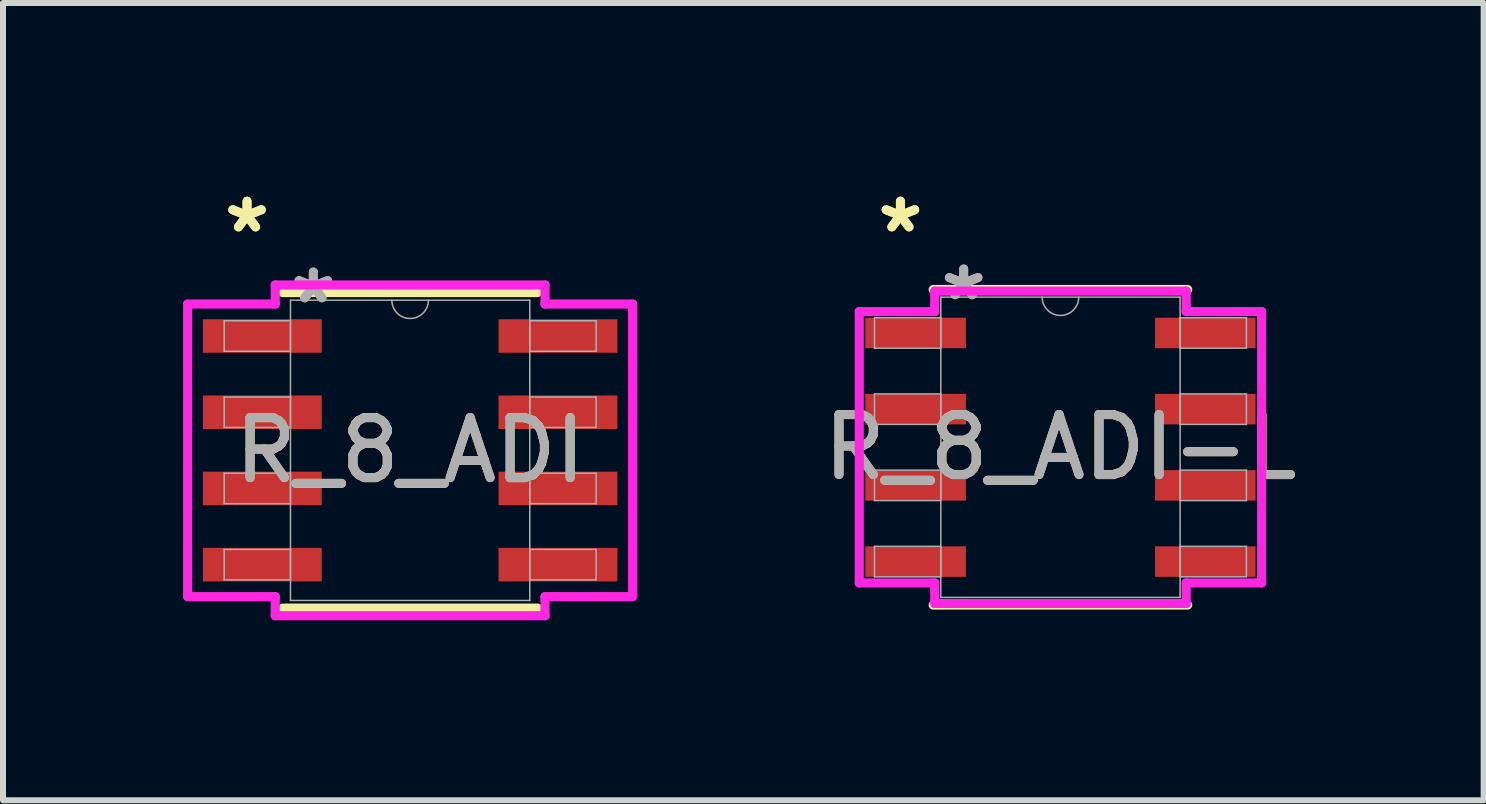
<source format=kicad_pcb>
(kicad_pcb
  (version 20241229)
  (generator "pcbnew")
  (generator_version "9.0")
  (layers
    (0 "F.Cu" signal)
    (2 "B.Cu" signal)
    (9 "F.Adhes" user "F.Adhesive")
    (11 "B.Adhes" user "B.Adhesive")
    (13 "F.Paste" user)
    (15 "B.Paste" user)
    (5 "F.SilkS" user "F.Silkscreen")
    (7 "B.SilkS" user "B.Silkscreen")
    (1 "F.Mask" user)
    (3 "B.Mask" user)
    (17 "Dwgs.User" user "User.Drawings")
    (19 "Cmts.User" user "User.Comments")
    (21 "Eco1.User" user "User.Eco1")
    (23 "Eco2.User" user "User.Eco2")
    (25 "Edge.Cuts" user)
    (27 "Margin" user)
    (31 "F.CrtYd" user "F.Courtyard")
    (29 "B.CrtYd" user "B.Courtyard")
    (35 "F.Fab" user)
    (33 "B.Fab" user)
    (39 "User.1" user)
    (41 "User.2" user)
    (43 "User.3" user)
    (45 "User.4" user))
  (footprint "R_8_ADI"
    (layer "F.Cu")
    (at 3.785 4.455)
    (property "Reference" "R_8_ADI" (at 0 0 0) (unlocked yes) (layer "F.SilkS") (effects (font (size 1 1) (thickness 0.15))))
    (attr smd)
    (fp_line (start -2.121 2.629) (end 2.121 2.629) (stroke (width 0.152) (type solid)) (layer "F.SilkS"))
    (fp_line (start 2.121 -2.629) (end -2.121 -2.629) (stroke (width 0.152) (type solid)) (layer "F.SilkS"))
    (fp_line (start -3.708 -2.438) (end -2.248 -2.438) (stroke (width 0.152) (type solid)) (layer "F.CrtYd"))
    (fp_line (start -3.708 2.438) (end -3.708 -2.438) (stroke (width 0.152) (type solid)) (layer "F.CrtYd"))
    (fp_line (start -3.708 2.438) (end -2.248 2.438) (stroke (width 0.152) (type solid)) (layer "F.CrtYd"))
    (fp_line (start -2.248 -2.756) (end 2.248 -2.756) (stroke (width 0.152) (type solid)) (layer "F.CrtYd"))
    (fp_line (start -2.248 -2.438) (end -2.248 -2.756) (stroke (width 0.152) (type solid)) (layer "F.CrtYd"))
    (fp_line (start -2.248 2.756) (end -2.248 2.438) (stroke (width 0.152) (type solid)) (layer "F.CrtYd"))
    (fp_line (start 2.248 -2.756) (end 2.248 -2.438) (stroke (width 0.152) (type solid)) (layer "F.CrtYd"))
    (fp_line (start 2.248 2.438) (end 2.248 2.756) (stroke (width 0.152) (type solid)) (layer "F.CrtYd"))
    (fp_line (start 2.248 2.756) (end -2.248 2.756) (stroke (width 0.152) (type solid)) (layer "F.CrtYd"))
    (fp_line (start 3.708 -2.438) (end 2.248 -2.438) (stroke (width 0.152) (type solid)) (layer "F.CrtYd"))
    (fp_line (start 3.708 -2.438) (end 3.708 2.438) (stroke (width 0.152) (type solid)) (layer "F.CrtYd"))
    (fp_line (start 3.708 2.438) (end 2.248 2.438) (stroke (width 0.152) (type solid)) (layer "F.CrtYd"))
    (fp_line (start -3.099 -2.159) (end -3.099 -1.651) (stroke (width 0.025) (type solid)) (layer "F.Fab"))
    (fp_line (start -3.099 -1.651) (end -1.994 -1.651) (stroke (width 0.025) (type solid)) (layer "F.Fab"))
    (fp_line (start -3.099 -0.889) (end -3.099 -0.381) (stroke (width 0.025) (type solid)) (layer "F.Fab"))
    (fp_line (start -3.099 -0.381) (end -1.994 -0.381) (stroke (width 0.025) (type solid)) (layer "F.Fab"))
    (fp_line (start -3.099 0.381) (end -3.099 0.889) (stroke (width 0.025) (type solid)) (layer "F.Fab"))
    (fp_line (start -3.099 0.889) (end -1.994 0.889) (stroke (width 0.025) (type solid)) (layer "F.Fab"))
    (fp_line (start -3.099 1.651) (end -3.099 2.159) (stroke (width 0.025) (type solid)) (layer "F.Fab"))
    (fp_line (start -3.099 2.159) (end -1.994 2.159) (stroke (width 0.025) (type solid)) (layer "F.Fab"))
    (fp_line (start -1.994 -2.502) (end -1.994 2.502) (stroke (width 0.025) (type solid)) (layer "F.Fab"))
    (fp_line (start -1.994 -2.159) (end -3.099 -2.159) (stroke (width 0.025) (type solid)) (layer "F.Fab"))
    (fp_line (start -1.994 -1.651) (end -1.994 -2.159) (stroke (width 0.025) (type solid)) (layer "F.Fab"))
    (fp_line (start -1.994 -0.889) (end -3.099 -0.889) (stroke (width 0.025) (type solid)) (layer "F.Fab"))
    (fp_line (start -1.994 -0.381) (end -1.994 -0.889) (stroke (width 0.025) (type solid)) (layer "F.Fab"))
    (fp_line (start -1.994 0.381) (end -3.099 0.381) (stroke (width 0.025) (type solid)) (layer "F.Fab"))
    (fp_line (start -1.994 0.889) (end -1.994 0.381) (stroke (width 0.025) (type solid)) (layer "F.Fab"))
    (fp_line (start -1.994 1.651) (end -3.099 1.651) (stroke (width 0.025) (type solid)) (layer "F.Fab"))
    (fp_line (start -1.994 2.159) (end -1.994 1.651) (stroke (width 0.025) (type solid)) (layer "F.Fab"))
    (fp_line (start -1.994 2.502) (end 1.994 2.502) (stroke (width 0.025) (type solid)) (layer "F.Fab"))
    (fp_line (start 1.994 -2.502) (end -1.994 -2.502) (stroke (width 0.025) (type solid)) (layer "F.Fab"))
    (fp_line (start 1.994 -2.159) (end 1.994 -1.651) (stroke (width 0.025) (type solid)) (layer "F.Fab"))
    (fp_line (start 1.994 -1.651) (end 3.099 -1.651) (stroke (width 0.025) (type solid)) (layer "F.Fab"))
    (fp_line (start 1.994 -0.889) (end 1.994 -0.381) (stroke (width 0.025) (type solid)) (layer "F.Fab"))
    (fp_line (start 1.994 -0.381) (end 3.099 -0.381) (stroke (width 0.025) (type solid)) (layer "F.Fab"))
    (fp_line (start 1.994 0.381) (end 1.994 0.889) (stroke (width 0.025) (type solid)) (layer "F.Fab"))
    (fp_line (start 1.994 0.889) (end 3.099 0.889) (stroke (width 0.025) (type solid)) (layer "F.Fab"))
    (fp_line (start 1.994 1.651) (end 1.994 2.159) (stroke (width 0.025) (type solid)) (layer "F.Fab"))
    (fp_line (start 1.994 2.159) (end 3.099 2.159) (stroke (width 0.025) (type solid)) (layer "F.Fab"))
    (fp_line (start 1.994 2.502) (end 1.994 -2.502) (stroke (width 0.025) (type solid)) (layer "F.Fab"))
    (fp_line (start 3.099 -2.159) (end 1.994 -2.159) (stroke (width 0.025) (type solid)) (layer "F.Fab"))
    (fp_line (start 3.099 -1.651) (end 3.099 -2.159) (stroke (width 0.025) (type solid)) (layer "F.Fab"))
    (fp_line (start 3.099 -0.889) (end 1.994 -0.889) (stroke (width 0.025) (type solid)) (layer "F.Fab"))
    (fp_line (start 3.099 -0.381) (end 3.099 -0.889) (stroke (width 0.025) (type solid)) (layer "F.Fab"))
    (fp_line (start 3.099 0.381) (end 1.994 0.381) (stroke (width 0.025) (type solid)) (layer "F.Fab"))
    (fp_line (start 3.099 0.889) (end 3.099 0.381) (stroke (width 0.025) (type solid)) (layer "F.Fab"))
    (fp_line (start 3.099 1.651) (end 1.994 1.651) (stroke (width 0.025) (type solid)) (layer "F.Fab"))
    (fp_line (start 3.099 2.159) (end 3.099 1.651) (stroke (width 0.025) (type solid)) (layer "F.Fab"))
    (fp_arc (start 0.3048 -2.5019) (mid 0 -2.1971) (end -0.3048 -2.5019) (stroke (width 0.0254) (type solid)) (layer "F.Fab"))
    (fp_text user "*" (at -2.718 -3.607 0) (unlocked yes) (layer "F.SilkS") (effects (font (size 1 1) (thickness 0.15))))
    (fp_text user "*" (at -2.718 -3.607 0) (layer "F.SilkS") (effects (font (size 1 1) (thickness 0.15))))
    (fp_text user "*" (at -1.613 -2.426 0) (unlocked yes) (layer "F.Fab") (effects (font (size 1 1) (thickness 0.15))))
    (fp_text user "${REFERENCE}" (at 0 0 0) (unlocked yes) (layer "F.Fab") (effects (font (size 1 1) (thickness 0.15))))
    (fp_text user "*" (at -1.613 -2.426 0) (layer "F.Fab") (effects (font (size 1 1) (thickness 0.15))))
    (pad "1" smd rect (at -2.464 -1.905) (size 1.981 0.559) (layers "F.Cu" "F.Mask" "F.Paste"))
    (pad "2" smd rect (at -2.464 -0.635) (size 1.981 0.559) (layers "F.Cu" "F.Mask" "F.Paste"))
    (pad "3" smd rect (at -2.464 0.635) (size 1.981 0.559) (layers "F.Cu" "F.Mask" "F.Paste"))
    (pad "4" smd rect (at -2.464 1.905) (size 1.981 0.559) (layers "F.Cu" "F.Mask" "F.Paste"))
    (pad "5" smd rect (at 2.464 1.905) (size 1.981 0.559) (layers "F.Cu" "F.Mask" "F.Paste"))
    (pad "6" smd rect (at 2.464 0.635) (size 1.981 0.559) (layers "F.Cu" "F.Mask" "F.Paste"))
    (pad "7" smd rect (at 2.464 -0.635) (size 1.981 0.559) (layers "F.Cu" "F.Mask" "F.Paste"))
    (pad "8" smd rect (at 2.464 -1.905) (size 1.981 0.559) (layers "F.Cu" "F.Mask" "F.Paste")))
  (footprint "R_8_ADI-L"
    (layer "F.Cu")
    (at 14.623 4.404)
    (property "Reference" "R_8_ADI-L" (at 0 0 0) (unlocked yes) (layer "F.SilkS") (effects (font (size 1 1) (thickness 0.15))))
    (attr smd)
    (fp_line (start -2.121 2.629) (end 2.121 2.629) (stroke (width 0.152) (type solid)) (layer "F.SilkS"))
    (fp_line (start 2.121 -2.629) (end -2.121 -2.629) (stroke (width 0.152) (type solid)) (layer "F.SilkS"))
    (fp_line (start -3.353 -2.261) (end -2.095 -2.261) (stroke (width 0.152) (type solid)) (layer "F.CrtYd"))
    (fp_line (start -3.353 2.261) (end -3.353 -2.261) (stroke (width 0.152) (type solid)) (layer "F.CrtYd"))
    (fp_line (start -3.353 2.261) (end -2.095 2.261) (stroke (width 0.152) (type solid)) (layer "F.CrtYd"))
    (fp_line (start -2.095 -2.603) (end 2.095 -2.603) (stroke (width 0.152) (type solid)) (layer "F.CrtYd"))
    (fp_line (start -2.095 -2.261) (end -2.095 -2.603) (stroke (width 0.152) (type solid)) (layer "F.CrtYd"))
    (fp_line (start -2.095 2.603) (end -2.095 2.261) (stroke (width 0.152) (type solid)) (layer "F.CrtYd"))
    (fp_line (start 2.095 -2.603) (end 2.095 -2.261) (stroke (width 0.152) (type solid)) (layer "F.CrtYd"))
    (fp_line (start 2.095 2.261) (end 2.095 2.603) (stroke (width 0.152) (type solid)) (layer "F.CrtYd"))
    (fp_line (start 2.095 2.603) (end -2.095 2.603) (stroke (width 0.152) (type solid)) (layer "F.CrtYd"))
    (fp_line (start 3.353 -2.261) (end 2.095 -2.261) (stroke (width 0.152) (type solid)) (layer "F.CrtYd"))
    (fp_line (start 3.353 -2.261) (end 3.353 2.261) (stroke (width 0.152) (type solid)) (layer "F.CrtYd"))
    (fp_line (start 3.353 2.261) (end 2.095 2.261) (stroke (width 0.152) (type solid)) (layer "F.CrtYd"))
    (fp_line (start -3.099 -2.159) (end -3.099 -1.651) (stroke (width 0.025) (type solid)) (layer "F.Fab"))
    (fp_line (start -3.099 -1.651) (end -1.994 -1.651) (stroke (width 0.025) (type solid)) (layer "F.Fab"))
    (fp_line (start -3.099 -0.889) (end -3.099 -0.381) (stroke (width 0.025) (type solid)) (layer "F.Fab"))
    (fp_line (start -3.099 -0.381) (end -1.994 -0.381) (stroke (width 0.025) (type solid)) (layer "F.Fab"))
    (fp_line (start -3.099 0.381) (end -3.099 0.889) (stroke (width 0.025) (type solid)) (layer "F.Fab"))
    (fp_line (start -3.099 0.889) (end -1.994 0.889) (stroke (width 0.025) (type solid)) (layer "F.Fab"))
    (fp_line (start -3.099 1.651) (end -3.099 2.159) (stroke (width 0.025) (type solid)) (layer "F.Fab"))
    (fp_line (start -3.099 2.159) (end -1.994 2.159) (stroke (width 0.025) (type solid)) (layer "F.Fab"))
    (fp_line (start -1.994 -2.502) (end -1.994 2.502) (stroke (width 0.025) (type solid)) (layer "F.Fab"))
    (fp_line (start -1.994 -2.159) (end -3.099 -2.159) (stroke (width 0.025) (type solid)) (layer "F.Fab"))
    (fp_line (start -1.994 -1.651) (end -1.994 -2.159) (stroke (width 0.025) (type solid)) (layer "F.Fab"))
    (fp_line (start -1.994 -0.889) (end -3.099 -0.889) (stroke (width 0.025) (type solid)) (layer "F.Fab"))
    (fp_line (start -1.994 -0.381) (end -1.994 -0.889) (stroke (width 0.025) (type solid)) (layer "F.Fab"))
    (fp_line (start -1.994 0.381) (end -3.099 0.381) (stroke (width 0.025) (type solid)) (layer "F.Fab"))
    (fp_line (start -1.994 0.889) (end -1.994 0.381) (stroke (width 0.025) (type solid)) (layer "F.Fab"))
    (fp_line (start -1.994 1.651) (end -3.099 1.651) (stroke (width 0.025) (type solid)) (layer "F.Fab"))
    (fp_line (start -1.994 2.159) (end -1.994 1.651) (stroke (width 0.025) (type solid)) (layer "F.Fab"))
    (fp_line (start -1.994 2.502) (end 1.994 2.502) (stroke (width 0.025) (type solid)) (layer "F.Fab"))
    (fp_line (start 1.994 -2.502) (end -1.994 -2.502) (stroke (width 0.025) (type solid)) (layer "F.Fab"))
    (fp_line (start 1.994 -2.159) (end 1.994 -1.651) (stroke (width 0.025) (type solid)) (layer "F.Fab"))
    (fp_line (start 1.994 -1.651) (end 3.099 -1.651) (stroke (width 0.025) (type solid)) (layer "F.Fab"))
    (fp_line (start 1.994 -0.889) (end 1.994 -0.381) (stroke (width 0.025) (type solid)) (layer "F.Fab"))
    (fp_line (start 1.994 -0.381) (end 3.099 -0.381) (stroke (width 0.025) (type solid)) (layer "F.Fab"))
    (fp_line (start 1.994 0.381) (end 1.994 0.889) (stroke (width 0.025) (type solid)) (layer "F.Fab"))
    (fp_line (start 1.994 0.889) (end 3.099 0.889) (stroke (width 0.025) (type solid)) (layer "F.Fab"))
    (fp_line (start 1.994 1.651) (end 1.994 2.159) (stroke (width 0.025) (type solid)) (layer "F.Fab"))
    (fp_line (start 1.994 2.159) (end 3.099 2.159) (stroke (width 0.025) (type solid)) (layer "F.Fab"))
    (fp_line (start 1.994 2.502) (end 1.994 -2.502) (stroke (width 0.025) (type solid)) (layer "F.Fab"))
    (fp_line (start 3.099 -2.159) (end 1.994 -2.159) (stroke (width 0.025) (type solid)) (layer "F.Fab"))
    (fp_line (start 3.099 -1.651) (end 3.099 -2.159) (stroke (width 0.025) (type solid)) (layer "F.Fab"))
    (fp_line (start 3.099 -0.889) (end 1.994 -0.889) (stroke (width 0.025) (type solid)) (layer "F.Fab"))
    (fp_line (start 3.099 -0.381) (end 3.099 -0.889) (stroke (width 0.025) (type solid)) (layer "F.Fab"))
    (fp_line (start 3.099 0.381) (end 1.994 0.381) (stroke (width 0.025) (type solid)) (layer "F.Fab"))
    (fp_line (start 3.099 0.889) (end 3.099 0.381) (stroke (width 0.025) (type solid)) (layer "F.Fab"))
    (fp_line (start 3.099 1.651) (end 1.994 1.651) (stroke (width 0.025) (type solid)) (layer "F.Fab"))
    (fp_line (start 3.099 2.159) (end 3.099 1.651) (stroke (width 0.025) (type solid)) (layer "F.Fab"))
    (fp_arc (start 0.3048 -2.5019) (mid 0 -2.1971) (end -0.3048 -2.5019) (stroke (width 0.0254) (type solid)) (layer "F.Fab"))
    (fp_text user "*" (at -2.667 -3.556 0) (unlocked yes) (layer "F.SilkS") (effects (font (size 1 1) (thickness 0.15))))
    (fp_text user "*" (at -2.667 -3.556 0) (layer "F.SilkS") (effects (font (size 1 1) (thickness 0.15))))
    (fp_text user "*" (at -1.613 -2.426 0) (layer "F.Fab") (effects (font (size 1 1) (thickness 0.15))))
    (fp_text user "${REFERENCE}" (at 0 0 0) (unlocked yes) (layer "F.Fab") (effects (font (size 1 1) (thickness 0.15))))
    (fp_text user "*" (at -1.613 -2.426 0) (unlocked yes) (layer "F.Fab") (effects (font (size 1 1) (thickness 0.15))))
    (pad "1" smd rect (at -2.413 -1.905) (size 1.676 0.508) (layers "F.Cu" "F.Mask" "F.Paste"))
    (pad "2" smd rect (at -2.413 -0.635) (size 1.676 0.508) (layers "F.Cu" "F.Mask" "F.Paste"))
    (pad "3" smd rect (at -2.413 0.635) (size 1.676 0.508) (layers "F.Cu" "F.Mask" "F.Paste"))
    (pad "4" smd rect (at -2.413 1.905) (size 1.676 0.508) (layers "F.Cu" "F.Mask" "F.Paste"))
    (pad "5" smd rect (at 2.413 1.905) (size 1.676 0.508) (layers "F.Cu" "F.Mask" "F.Paste"))
    (pad "6" smd rect (at 2.413 0.635) (size 1.676 0.508) (layers "F.Cu" "F.Mask" "F.Paste"))
    (pad "7" smd rect (at 2.413 -0.635) (size 1.676 0.508) (layers "F.Cu" "F.Mask" "F.Paste"))
    (pad "8" smd rect (at 2.413 -1.905) (size 1.676 0.508) (layers "F.Cu" "F.Mask" "F.Paste")))
  (gr_rect
    (start -3 -3)
    (end 21.676 10.287)
    (stroke (width 0.1) (type default))
    (fill no)
    (layer "Edge.Cuts")))
</source>
